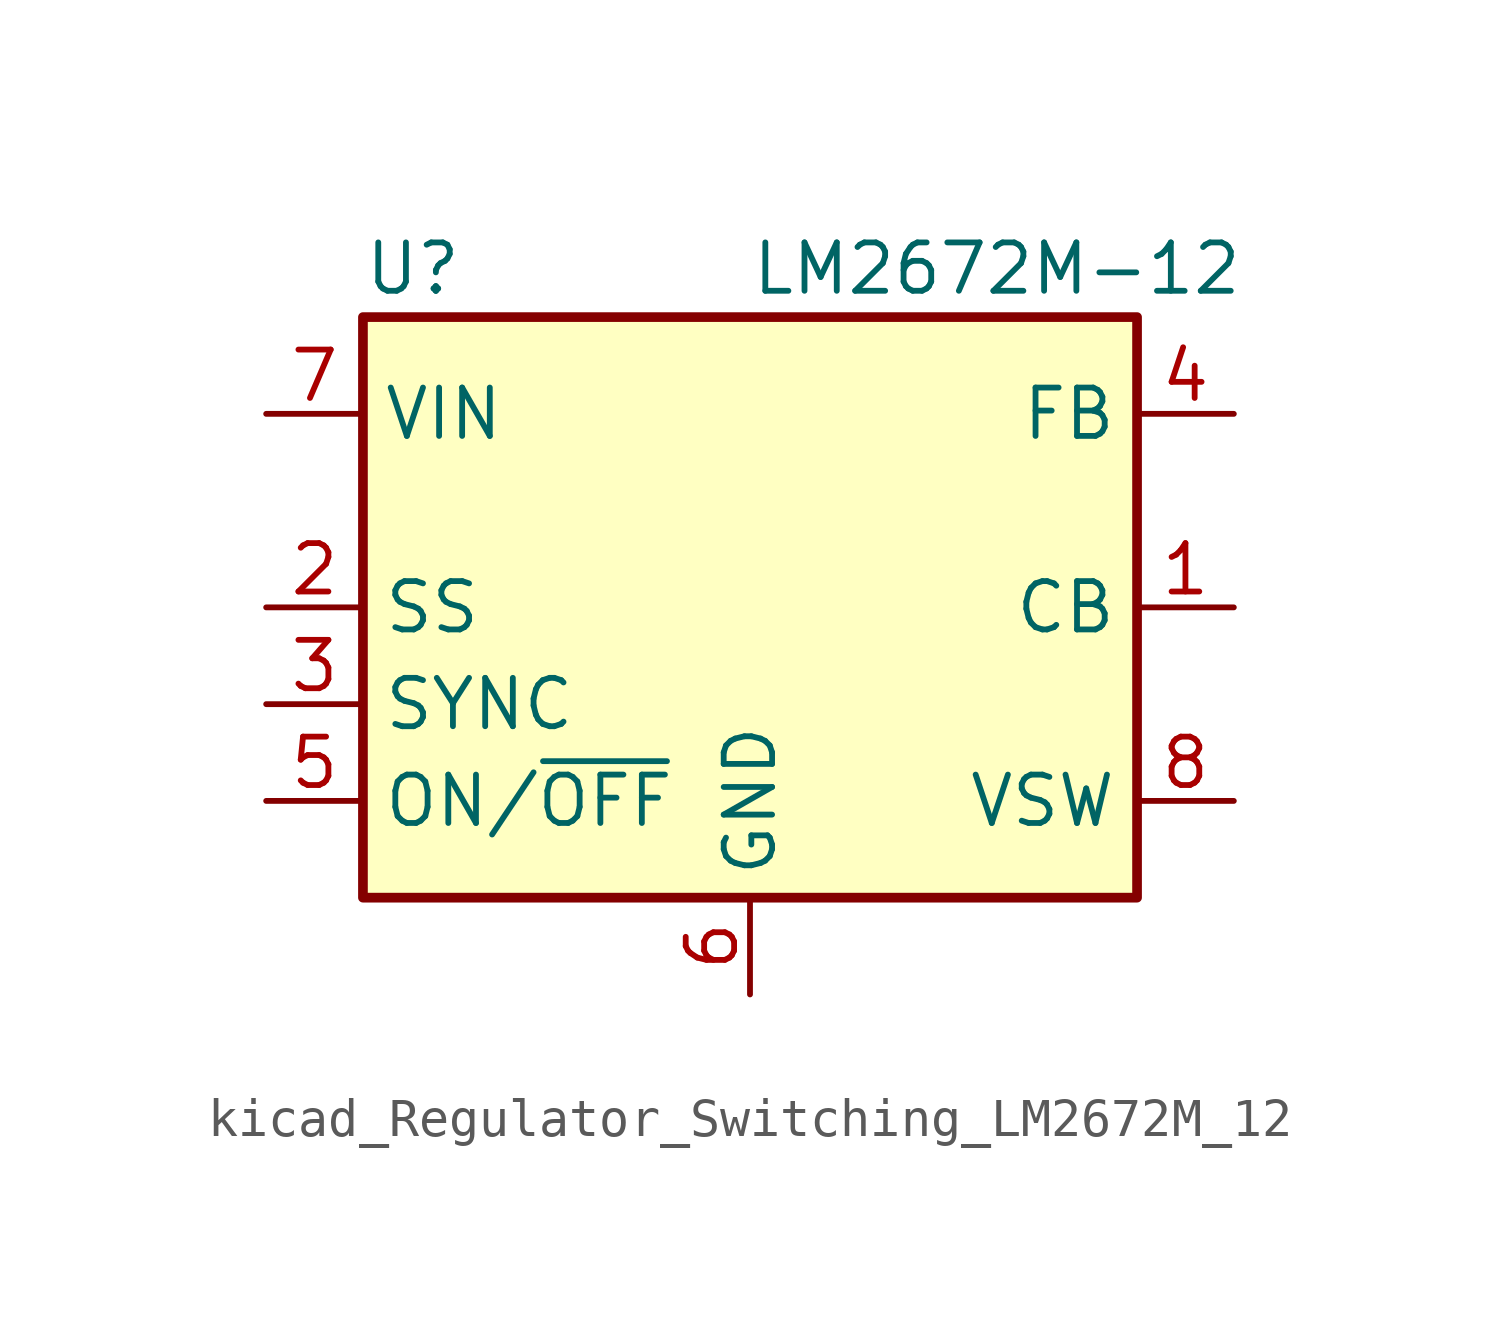
<source format=kicad_sym>
(kicad_symbol_lib
  (version 20220914)
  (generator kicad_symbol_editor)
  (symbol "kicad_Regulator_Switching_LM2672M_12"
    (property "Reference" "U"
      (at -10.16 8.89 0)
      (effects (font (size 1.27 1.27)) (justify left)))
    (property "Value" "LM2672M-12"
      (at 0 8.89 0)
      (effects (font (size 1.27 1.27)) (justify left)))
    (symbol "kicad_Regulator_Switching_LM2672M_12_0_1"
      (rectangle (start -10.16 7.62) (end 10.16 -7.62) (stroke (width 0.254) (type default)) (fill (type background))))
    (symbol "kicad_Regulator_Switching_LM2672M_12_1_1"
      (pin input line (at 12.7 0 180) (length 2.54) (name "CB" (effects (font (size 1.27 1.27)))) (number "1" (effects (font (size 1.27 1.27)))))
      (pin input line (at -12.7 0 0) (length 2.54) (name "SS" (effects (font (size 1.27 1.27)))) (number "2" (effects (font (size 1.27 1.27)))))
      (pin input line (at -12.7 -2.54 0) (length 2.54) (name "SYNC" (effects (font (size 1.27 1.27)))) (number "3" (effects (font (size 1.27 1.27)))))
      (pin input line (at 12.7 5.08 180) (length 2.54) (name "FB" (effects (font (size 1.27 1.27)))) (number "4" (effects (font (size 1.27 1.27)))))
      (pin input line (at -12.7 -5.08 0) (length 2.54) (name "ON/~{OFF}" (effects (font (size 1.27 1.27)))) (number "5" (effects (font (size 1.27 1.27)))))
      (pin power_in line (at 0 -10.16 90) (length 2.54) (name "GND" (effects (font (size 1.27 1.27)))) (number "6" (effects (font (size 1.27 1.27)))))
      (pin power_in line (at -12.7 5.08 0) (length 2.54) (name "VIN" (effects (font (size 1.27 1.27)))) (number "7" (effects (font (size 1.27 1.27)))))
      (pin output line (at 12.7 -5.08 180) (length 2.54) (name "VSW" (effects (font (size 1.27 1.27)))) (number "8" (effects (font (size 1.27 1.27))))))))
</source>
